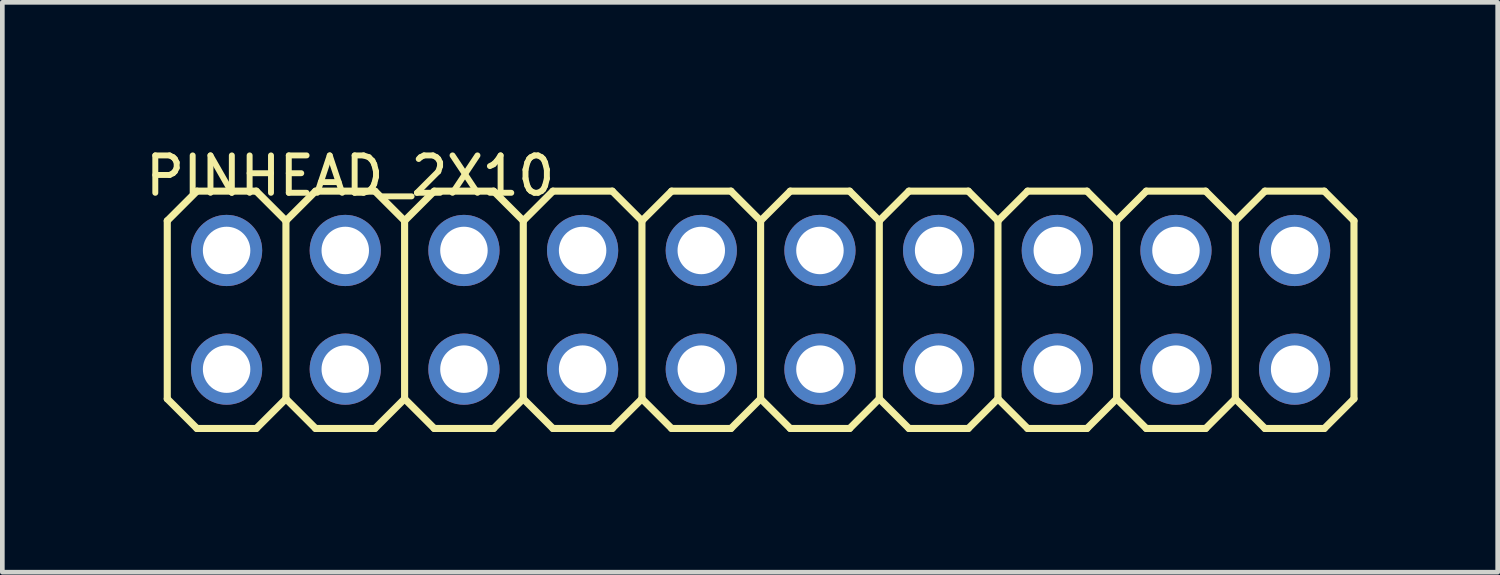
<source format=kicad_pcb>
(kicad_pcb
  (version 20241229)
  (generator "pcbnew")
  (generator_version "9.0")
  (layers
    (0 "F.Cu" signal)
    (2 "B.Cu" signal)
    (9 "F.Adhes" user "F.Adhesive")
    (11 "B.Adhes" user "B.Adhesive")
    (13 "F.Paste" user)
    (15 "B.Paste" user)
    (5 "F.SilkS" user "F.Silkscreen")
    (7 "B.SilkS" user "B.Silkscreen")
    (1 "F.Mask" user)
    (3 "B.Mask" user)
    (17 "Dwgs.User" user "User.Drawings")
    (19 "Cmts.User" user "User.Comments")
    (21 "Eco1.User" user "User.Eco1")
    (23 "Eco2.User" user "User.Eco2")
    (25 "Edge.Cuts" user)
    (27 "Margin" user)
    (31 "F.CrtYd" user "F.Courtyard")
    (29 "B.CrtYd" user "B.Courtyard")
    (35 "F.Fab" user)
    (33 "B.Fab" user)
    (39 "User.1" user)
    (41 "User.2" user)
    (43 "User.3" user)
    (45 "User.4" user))
  (footprint "PINHEAD_2X10"
    (layer "F.Cu")
    (at 13.23 3.581)
    (property "Reference" "PINHEAD_2X10" (at -13.23 -2.4 0) (layer "F.SilkS") (effects (font (size 0.8 0.8) (thickness 0.127)) (justify left bottom)))
    (attr through_hole)
    (fp_line (start -12.7 -1.905) (end -12.065 -2.54) (stroke (width 0.152) (type solid)) (layer "F.SilkS"))
    (fp_line (start -12.7 1.905) (end -12.7 -1.905) (stroke (width 0.152) (type solid)) (layer "F.SilkS"))
    (fp_line (start -12.7 1.905) (end -12.065 2.54) (stroke (width 0.152) (type solid)) (layer "F.SilkS"))
    (fp_line (start -12.065 -2.54) (end -10.795 -2.54) (stroke (width 0.152) (type solid)) (layer "F.SilkS"))
    (fp_line (start -12.065 2.54) (end -10.795 2.54) (stroke (width 0.152) (type solid)) (layer "F.SilkS"))
    (fp_line (start -10.795 -2.54) (end -10.16 -1.905) (stroke (width 0.152) (type solid)) (layer "F.SilkS"))
    (fp_line (start -10.795 2.54) (end -10.16 1.905) (stroke (width 0.152) (type solid)) (layer "F.SilkS"))
    (fp_line (start -10.16 -1.905) (end -10.16 1.905) (stroke (width 0.152) (type solid)) (layer "F.SilkS"))
    (fp_line (start -10.16 -1.905) (end -9.525 -2.54) (stroke (width 0.152) (type solid)) (layer "F.SilkS"))
    (fp_line (start -10.16 1.905) (end -9.525 2.54) (stroke (width 0.152) (type solid)) (layer "F.SilkS"))
    (fp_line (start -9.525 -2.54) (end -8.255 -2.54) (stroke (width 0.152) (type solid)) (layer "F.SilkS"))
    (fp_line (start -9.525 2.54) (end -8.255 2.54) (stroke (width 0.152) (type solid)) (layer "F.SilkS"))
    (fp_line (start -8.255 -2.54) (end -7.62 -1.905) (stroke (width 0.152) (type solid)) (layer "F.SilkS"))
    (fp_line (start -8.255 2.54) (end -7.62 1.905) (stroke (width 0.152) (type solid)) (layer "F.SilkS"))
    (fp_line (start -7.62 -1.905) (end -7.62 1.905) (stroke (width 0.152) (type solid)) (layer "F.SilkS"))
    (fp_line (start -7.62 -1.905) (end -6.985 -2.54) (stroke (width 0.152) (type solid)) (layer "F.SilkS"))
    (fp_line (start -7.62 1.905) (end -6.985 2.54) (stroke (width 0.152) (type solid)) (layer "F.SilkS"))
    (fp_line (start -6.985 -2.54) (end -5.715 -2.54) (stroke (width 0.152) (type solid)) (layer "F.SilkS"))
    (fp_line (start -6.985 2.54) (end -5.715 2.54) (stroke (width 0.152) (type solid)) (layer "F.SilkS"))
    (fp_line (start -5.715 -2.54) (end -5.08 -1.905) (stroke (width 0.152) (type solid)) (layer "F.SilkS"))
    (fp_line (start -5.715 2.54) (end -5.08 1.905) (stroke (width 0.152) (type solid)) (layer "F.SilkS"))
    (fp_line (start -5.08 -1.905) (end -5.08 1.905) (stroke (width 0.152) (type solid)) (layer "F.SilkS"))
    (fp_line (start -5.08 -1.905) (end -4.445 -2.54) (stroke (width 0.152) (type solid)) (layer "F.SilkS"))
    (fp_line (start -5.08 1.905) (end -4.445 2.54) (stroke (width 0.152) (type solid)) (layer "F.SilkS"))
    (fp_line (start -4.445 -2.54) (end -3.175 -2.54) (stroke (width 0.152) (type solid)) (layer "F.SilkS"))
    (fp_line (start -4.445 2.54) (end -3.175 2.54) (stroke (width 0.152) (type solid)) (layer "F.SilkS"))
    (fp_line (start -3.175 -2.54) (end -2.54 -1.905) (stroke (width 0.152) (type solid)) (layer "F.SilkS"))
    (fp_line (start -3.175 2.54) (end -2.54 1.905) (stroke (width 0.152) (type solid)) (layer "F.SilkS"))
    (fp_line (start -2.54 -1.905) (end -2.54 1.905) (stroke (width 0.152) (type solid)) (layer "F.SilkS"))
    (fp_line (start -2.54 -1.905) (end -1.905 -2.54) (stroke (width 0.152) (type solid)) (layer "F.SilkS"))
    (fp_line (start -2.54 1.905) (end -1.905 2.54) (stroke (width 0.152) (type solid)) (layer "F.SilkS"))
    (fp_line (start -1.905 -2.54) (end -0.635 -2.54) (stroke (width 0.152) (type solid)) (layer "F.SilkS"))
    (fp_line (start -1.905 2.54) (end -0.635 2.54) (stroke (width 0.152) (type solid)) (layer "F.SilkS"))
    (fp_line (start -0.635 -2.54) (end 0 -1.905) (stroke (width 0.152) (type solid)) (layer "F.SilkS"))
    (fp_line (start -0.635 2.54) (end 0 1.905) (stroke (width 0.152) (type solid)) (layer "F.SilkS"))
    (fp_line (start 0 -1.905) (end 0 1.905) (stroke (width 0.152) (type solid)) (layer "F.SilkS"))
    (fp_line (start 0 -1.905) (end 0.635 -2.54) (stroke (width 0.152) (type solid)) (layer "F.SilkS"))
    (fp_line (start 0 1.905) (end 0.635 2.54) (stroke (width 0.152) (type solid)) (layer "F.SilkS"))
    (fp_line (start 0.635 -2.54) (end 1.905 -2.54) (stroke (width 0.152) (type solid)) (layer "F.SilkS"))
    (fp_line (start 0.635 2.54) (end 1.905 2.54) (stroke (width 0.152) (type solid)) (layer "F.SilkS"))
    (fp_line (start 1.905 -2.54) (end 2.54 -1.905) (stroke (width 0.152) (type solid)) (layer "F.SilkS"))
    (fp_line (start 1.905 2.54) (end 2.54 1.905) (stroke (width 0.152) (type solid)) (layer "F.SilkS"))
    (fp_line (start 2.54 -1.905) (end 2.54 1.905) (stroke (width 0.152) (type solid)) (layer "F.SilkS"))
    (fp_line (start 2.54 -1.905) (end 3.175 -2.54) (stroke (width 0.152) (type solid)) (layer "F.SilkS"))
    (fp_line (start 2.54 1.905) (end 3.175 2.54) (stroke (width 0.152) (type solid)) (layer "F.SilkS"))
    (fp_line (start 3.175 -2.54) (end 4.445 -2.54) (stroke (width 0.152) (type solid)) (layer "F.SilkS"))
    (fp_line (start 3.175 2.54) (end 4.445 2.54) (stroke (width 0.152) (type solid)) (layer "F.SilkS"))
    (fp_line (start 4.445 -2.54) (end 5.08 -1.905) (stroke (width 0.152) (type solid)) (layer "F.SilkS"))
    (fp_line (start 5.08 -1.905) (end 5.08 1.905) (stroke (width 0.152) (type solid)) (layer "F.SilkS"))
    (fp_line (start 5.08 -1.905) (end 5.715 -2.54) (stroke (width 0.152) (type solid)) (layer "F.SilkS"))
    (fp_line (start 5.08 1.905) (end 4.445 2.54) (stroke (width 0.152) (type solid)) (layer "F.SilkS"))
    (fp_line (start 5.08 1.905) (end 5.715 2.54) (stroke (width 0.152) (type solid)) (layer "F.SilkS"))
    (fp_line (start 5.715 -2.54) (end 6.985 -2.54) (stroke (width 0.152) (type solid)) (layer "F.SilkS"))
    (fp_line (start 5.715 2.54) (end 6.985 2.54) (stroke (width 0.152) (type solid)) (layer "F.SilkS"))
    (fp_line (start 6.985 -2.54) (end 7.62 -1.905) (stroke (width 0.152) (type solid)) (layer "F.SilkS"))
    (fp_line (start 7.62 -1.905) (end 7.62 1.905) (stroke (width 0.152) (type solid)) (layer "F.SilkS"))
    (fp_line (start 7.62 -1.905) (end 8.255 -2.54) (stroke (width 0.152) (type solid)) (layer "F.SilkS"))
    (fp_line (start 7.62 1.905) (end 6.985 2.54) (stroke (width 0.152) (type solid)) (layer "F.SilkS"))
    (fp_line (start 7.62 1.905) (end 8.255 2.54) (stroke (width 0.152) (type solid)) (layer "F.SilkS"))
    (fp_line (start 8.255 -2.54) (end 9.525 -2.54) (stroke (width 0.152) (type solid)) (layer "F.SilkS"))
    (fp_line (start 8.255 2.54) (end 9.525 2.54) (stroke (width 0.152) (type solid)) (layer "F.SilkS"))
    (fp_line (start 9.525 -2.54) (end 10.16 -1.905) (stroke (width 0.152) (type solid)) (layer "F.SilkS"))
    (fp_line (start 10.16 -1.905) (end 10.16 1.905) (stroke (width 0.152) (type solid)) (layer "F.SilkS"))
    (fp_line (start 10.16 -1.905) (end 10.795 -2.54) (stroke (width 0.152) (type solid)) (layer "F.SilkS"))
    (fp_line (start 10.16 1.905) (end 9.525 2.54) (stroke (width 0.152) (type solid)) (layer "F.SilkS"))
    (fp_line (start 10.16 1.905) (end 10.795 2.54) (stroke (width 0.152) (type solid)) (layer "F.SilkS"))
    (fp_line (start 10.795 -2.54) (end 12.065 -2.54) (stroke (width 0.152) (type solid)) (layer "F.SilkS"))
    (fp_line (start 10.795 2.54) (end 12.065 2.54) (stroke (width 0.152) (type solid)) (layer "F.SilkS"))
    (fp_line (start 12.065 -2.54) (end 12.7 -1.905) (stroke (width 0.152) (type solid)) (layer "F.SilkS"))
    (fp_line (start 12.7 -1.905) (end 12.7 1.905) (stroke (width 0.152) (type solid)) (layer "F.SilkS"))
    (fp_line (start 12.7 1.905) (end 12.065 2.54) (stroke (width 0.152) (type solid)) (layer "F.SilkS"))
    (fp_poly (pts (xy -11.684 -1.016) (xy -11.176 -1.016) (xy -11.176 -1.524) (xy -11.684 -1.524)) (stroke (width 0.1) (type solid)) (fill no) (layer "Dwgs.User"))
    (fp_poly (pts (xy -11.684 1.524) (xy -11.176 1.524) (xy -11.176 1.016) (xy -11.684 1.016)) (stroke (width 0.1) (type solid)) (fill no) (layer "Dwgs.User"))
    (fp_poly (pts (xy -9.144 -1.016) (xy -8.636 -1.016) (xy -8.636 -1.524) (xy -9.144 -1.524)) (stroke (width 0.1) (type solid)) (fill no) (layer "Dwgs.User"))
    (fp_poly (pts (xy -9.144 1.524) (xy -8.636 1.524) (xy -8.636 1.016) (xy -9.144 1.016)) (stroke (width 0.1) (type solid)) (fill no) (layer "Dwgs.User"))
    (fp_poly (pts (xy -6.604 -1.016) (xy -6.096 -1.016) (xy -6.096 -1.524) (xy -6.604 -1.524)) (stroke (width 0.1) (type solid)) (fill no) (layer "Dwgs.User"))
    (fp_poly (pts (xy -6.604 1.524) (xy -6.096 1.524) (xy -6.096 1.016) (xy -6.604 1.016)) (stroke (width 0.1) (type solid)) (fill no) (layer "Dwgs.User"))
    (fp_poly (pts (xy -4.064 -1.016) (xy -3.556 -1.016) (xy -3.556 -1.524) (xy -4.064 -1.524)) (stroke (width 0.1) (type solid)) (fill no) (layer "Dwgs.User"))
    (fp_poly (pts (xy -4.064 1.524) (xy -3.556 1.524) (xy -3.556 1.016) (xy -4.064 1.016)) (stroke (width 0.1) (type solid)) (fill no) (layer "Dwgs.User"))
    (fp_poly (pts (xy -1.524 -1.016) (xy -1.016 -1.016) (xy -1.016 -1.524) (xy -1.524 -1.524)) (stroke (width 0.1) (type solid)) (fill no) (layer "Dwgs.User"))
    (fp_poly (pts (xy -1.524 1.524) (xy -1.016 1.524) (xy -1.016 1.016) (xy -1.524 1.016)) (stroke (width 0.1) (type solid)) (fill no) (layer "Dwgs.User"))
    (fp_poly (pts (xy 1.016 -1.016) (xy 1.524 -1.016) (xy 1.524 -1.524) (xy 1.016 -1.524)) (stroke (width 0.1) (type solid)) (fill no) (layer "Dwgs.User"))
    (fp_poly (pts (xy 1.016 1.524) (xy 1.524 1.524) (xy 1.524 1.016) (xy 1.016 1.016)) (stroke (width 0.1) (type solid)) (fill no) (layer "Dwgs.User"))
    (fp_poly (pts (xy 3.556 -1.016) (xy 4.064 -1.016) (xy 4.064 -1.524) (xy 3.556 -1.524)) (stroke (width 0.1) (type solid)) (fill no) (layer "Dwgs.User"))
    (fp_poly (pts (xy 3.556 1.524) (xy 4.064 1.524) (xy 4.064 1.016) (xy 3.556 1.016)) (stroke (width 0.1) (type solid)) (fill no) (layer "Dwgs.User"))
    (fp_poly (pts (xy 6.096 -1.016) (xy 6.604 -1.016) (xy 6.604 -1.524) (xy 6.096 -1.524)) (stroke (width 0.1) (type solid)) (fill no) (layer "Dwgs.User"))
    (fp_poly (pts (xy 6.096 1.524) (xy 6.604 1.524) (xy 6.604 1.016) (xy 6.096 1.016)) (stroke (width 0.1) (type solid)) (fill no) (layer "Dwgs.User"))
    (fp_poly (pts (xy 8.636 -1.016) (xy 9.144 -1.016) (xy 9.144 -1.524) (xy 8.636 -1.524)) (stroke (width 0.1) (type solid)) (fill no) (layer "Dwgs.User"))
    (fp_poly (pts (xy 8.636 1.524) (xy 9.144 1.524) (xy 9.144 1.016) (xy 8.636 1.016)) (stroke (width 0.1) (type solid)) (fill no) (layer "Dwgs.User"))
    (fp_poly (pts (xy 11.176 -1.016) (xy 11.684 -1.016) (xy 11.684 -1.524) (xy 11.176 -1.524)) (stroke (width 0.1) (type solid)) (fill no) (layer "Dwgs.User"))
    (fp_poly (pts (xy 11.176 1.524) (xy 11.684 1.524) (xy 11.684 1.016) (xy 11.176 1.016)) (stroke (width 0.1) (type solid)) (fill no) (layer "Dwgs.User"))
    (pad "1" thru_hole circle (at -11.43 1.27) (size 1.524 1.524) (drill 1.016) (layers "*.Cu" "*.Mask"))
    (pad "2" thru_hole circle (at -11.43 -1.27) (size 1.524 1.524) (drill 1.016) (layers "*.Cu" "*.Mask"))
    (pad "3" thru_hole circle (at -8.89 1.27) (size 1.524 1.524) (drill 1.016) (layers "*.Cu" "*.Mask"))
    (pad "4" thru_hole circle (at -8.89 -1.27) (size 1.524 1.524) (drill 1.016) (layers "*.Cu" "*.Mask"))
    (pad "5" thru_hole circle (at -6.35 1.27) (size 1.524 1.524) (drill 1.016) (layers "*.Cu" "*.Mask"))
    (pad "6" thru_hole circle (at -6.35 -1.27) (size 1.524 1.524) (drill 1.016) (layers "*.Cu" "*.Mask"))
    (pad "7" thru_hole circle (at -3.81 1.27) (size 1.524 1.524) (drill 1.016) (layers "*.Cu" "*.Mask"))
    (pad "8" thru_hole circle (at -3.81 -1.27) (size 1.524 1.524) (drill 1.016) (layers "*.Cu" "*.Mask"))
    (pad "9" thru_hole circle (at -1.27 1.27) (size 1.524 1.524) (drill 1.016) (layers "*.Cu" "*.Mask"))
    (pad "10" thru_hole circle (at -1.27 -1.27) (size 1.524 1.524) (drill 1.016) (layers "*.Cu" "*.Mask"))
    (pad "11" thru_hole circle (at 1.27 1.27) (size 1.524 1.524) (drill 1.016) (layers "*.Cu" "*.Mask"))
    (pad "12" thru_hole circle (at 1.27 -1.27) (size 1.524 1.524) (drill 1.016) (layers "*.Cu" "*.Mask"))
    (pad "13" thru_hole circle (at 3.81 1.27) (size 1.524 1.524) (drill 1.016) (layers "*.Cu" "*.Mask"))
    (pad "14" thru_hole circle (at 3.81 -1.27) (size 1.524 1.524) (drill 1.016) (layers "*.Cu" "*.Mask"))
    (pad "15" thru_hole circle (at 6.35 1.27) (size 1.524 1.524) (drill 1.016) (layers "*.Cu" "*.Mask"))
    (pad "16" thru_hole circle (at 6.35 -1.27) (size 1.524 1.524) (drill 1.016) (layers "*.Cu" "*.Mask"))
    (pad "17" thru_hole circle (at 8.89 1.27) (size 1.524 1.524) (drill 1.016) (layers "*.Cu" "*.Mask"))
    (pad "18" thru_hole circle (at 8.89 -1.27) (size 1.524 1.524) (drill 1.016) (layers "*.Cu" "*.Mask"))
    (pad "19" thru_hole circle (at 11.43 1.27) (size 1.524 1.524) (drill 1.016) (layers "*.Cu" "*.Mask"))
    (pad "20" thru_hole circle (at 11.43 -1.27) (size 1.524 1.524) (drill 1.016) (layers "*.Cu" "*.Mask")))
  (gr_rect
    (start -3 -3)
    (end 29.006 9.197)
    (stroke (width 0.1) (type default))
    (fill no)
    (layer "Edge.Cuts")))
</source>
